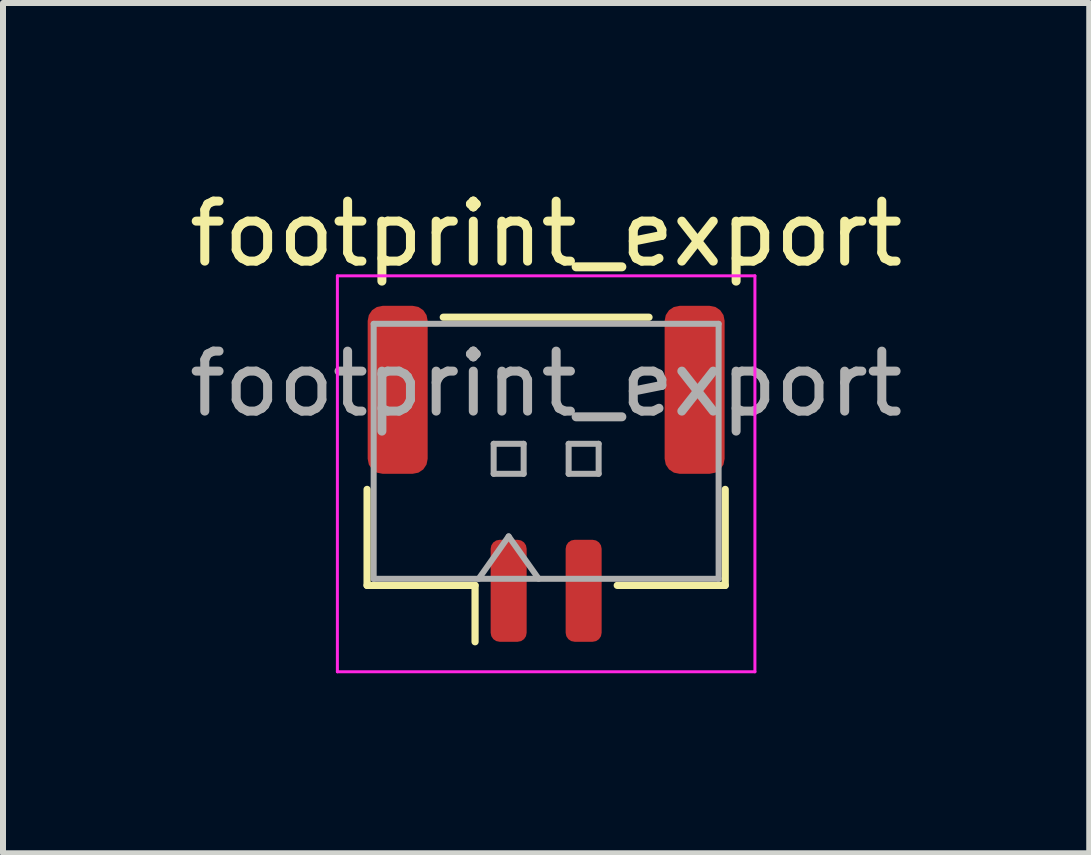
<source format=kicad_pcb>
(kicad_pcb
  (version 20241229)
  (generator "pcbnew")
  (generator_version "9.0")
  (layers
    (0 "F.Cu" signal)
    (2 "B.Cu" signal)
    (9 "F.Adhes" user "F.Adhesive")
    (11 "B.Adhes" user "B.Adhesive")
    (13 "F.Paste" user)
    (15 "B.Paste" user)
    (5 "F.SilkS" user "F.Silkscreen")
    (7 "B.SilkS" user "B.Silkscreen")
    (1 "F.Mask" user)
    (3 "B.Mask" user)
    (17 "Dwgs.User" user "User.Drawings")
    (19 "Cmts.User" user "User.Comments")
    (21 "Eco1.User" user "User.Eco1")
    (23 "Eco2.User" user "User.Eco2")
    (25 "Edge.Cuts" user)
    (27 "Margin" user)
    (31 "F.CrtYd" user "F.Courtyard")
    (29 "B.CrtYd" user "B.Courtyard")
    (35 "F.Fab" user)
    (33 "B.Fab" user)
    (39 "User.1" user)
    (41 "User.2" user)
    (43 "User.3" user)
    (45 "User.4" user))
  (footprint "footprint_export"
    (layer "F.Cu")
    (at 6.054 4.848)
    (property "Reference" "footprint_export" (at 0 -4 0) (layer "F.SilkS") (effects (font (size 1 1) (thickness 0.15))))
    (attr smd)
    (fp_line (start -2.985 0.26) (end -2.985 1.86) (stroke (width 0.12) (type solid)) (layer "F.SilkS"))
    (fp_line (start -2.985 1.86) (end -1.185 1.86) (stroke (width 0.12) (type solid)) (layer "F.SilkS"))
    (fp_line (start -1.715 -2.61) (end 1.715 -2.61) (stroke (width 0.12) (type solid)) (layer "F.SilkS"))
    (fp_line (start -1.185 1.86) (end -1.185 2.8) (stroke (width 0.12) (type solid)) (layer "F.SilkS"))
    (fp_line (start 2.985 0.26) (end 2.985 1.86) (stroke (width 0.12) (type solid)) (layer "F.SilkS"))
    (fp_line (start 2.985 1.86) (end 1.185 1.86) (stroke (width 0.12) (type solid)) (layer "F.SilkS"))
    (fp_line (start -3.48 -3.3) (end -3.48 3.3) (stroke (width 0.05) (type solid)) (layer "F.CrtYd"))
    (fp_line (start -3.48 3.3) (end 3.48 3.3) (stroke (width 0.05) (type solid)) (layer "F.CrtYd"))
    (fp_line (start 3.48 -3.3) (end -3.48 -3.3) (stroke (width 0.05) (type solid)) (layer "F.CrtYd"))
    (fp_line (start 3.48 3.3) (end 3.48 -3.3) (stroke (width 0.05) (type solid)) (layer "F.CrtYd"))
    (fp_line (start -2.875 -2.5) (end 2.875 -2.5) (stroke (width 0.1) (type solid)) (layer "F.Fab"))
    (fp_line (start -2.875 1.75) (end -2.875 -2.5) (stroke (width 0.1) (type solid)) (layer "F.Fab"))
    (fp_line (start -2.875 1.75) (end 2.875 1.75) (stroke (width 0.1) (type solid)) (layer "F.Fab"))
    (fp_line (start -1.125 1.75) (end -0.625 1.043) (stroke (width 0.1) (type solid)) (layer "F.Fab"))
    (fp_line (start -0.875 -0.5) (end -0.875 0) (stroke (width 0.1) (type solid)) (layer "F.Fab"))
    (fp_line (start -0.875 0) (end -0.375 0) (stroke (width 0.1) (type solid)) (layer "F.Fab"))
    (fp_line (start -0.625 1.043) (end -0.125 1.75) (stroke (width 0.1) (type solid)) (layer "F.Fab"))
    (fp_line (start -0.375 -0.5) (end -0.875 -0.5) (stroke (width 0.1) (type solid)) (layer "F.Fab"))
    (fp_line (start -0.375 0) (end -0.375 -0.5) (stroke (width 0.1) (type solid)) (layer "F.Fab"))
    (fp_line (start 0.375 -0.5) (end 0.375 0) (stroke (width 0.1) (type solid)) (layer "F.Fab"))
    (fp_line (start 0.375 0) (end 0.875 0) (stroke (width 0.1) (type solid)) (layer "F.Fab"))
    (fp_line (start 0.875 -0.5) (end 0.375 -0.5) (stroke (width 0.1) (type solid)) (layer "F.Fab"))
    (fp_line (start 0.875 0) (end 0.875 -0.5) (stroke (width 0.1) (type solid)) (layer "F.Fab"))
    (fp_line (start 2.875 1.75) (end 2.875 -2.5) (stroke (width 0.1) (type solid)) (layer "F.Fab"))
    (fp_text user "${REFERENCE}" (at 0 -1.5 0) (layer "F.Fab") (effects (font (size 1 1) (thickness 0.15))))
    (pad "1" smd roundrect (at -0.625 1.95) (size 0.6 1.7) (layers "F.Cu" "F.Mask" "F.Paste") (roundrect_rratio 0.25))
    (pad "2" smd roundrect (at 0.625 1.95) (size 0.6 1.7) (layers "F.Cu" "F.Mask" "F.Paste") (roundrect_rratio 0.25))
    (pad "MP" smd roundrect (at -2.475 -1.4) (size 1 2.8) (layers "F.Cu" "F.Mask" "F.Paste") (roundrect_rratio 0.25))
    (pad "MP" smd roundrect (at 2.475 -1.4) (size 1 2.8) (layers "F.Cu" "F.Mask" "F.Paste") (roundrect_rratio 0.25)))
  (gr_rect
    (start -3 -3)
    (end 15.107 11.173)
    (stroke (width 0.1) (type default))
    (fill no)
    (layer "Edge.Cuts")))
</source>
